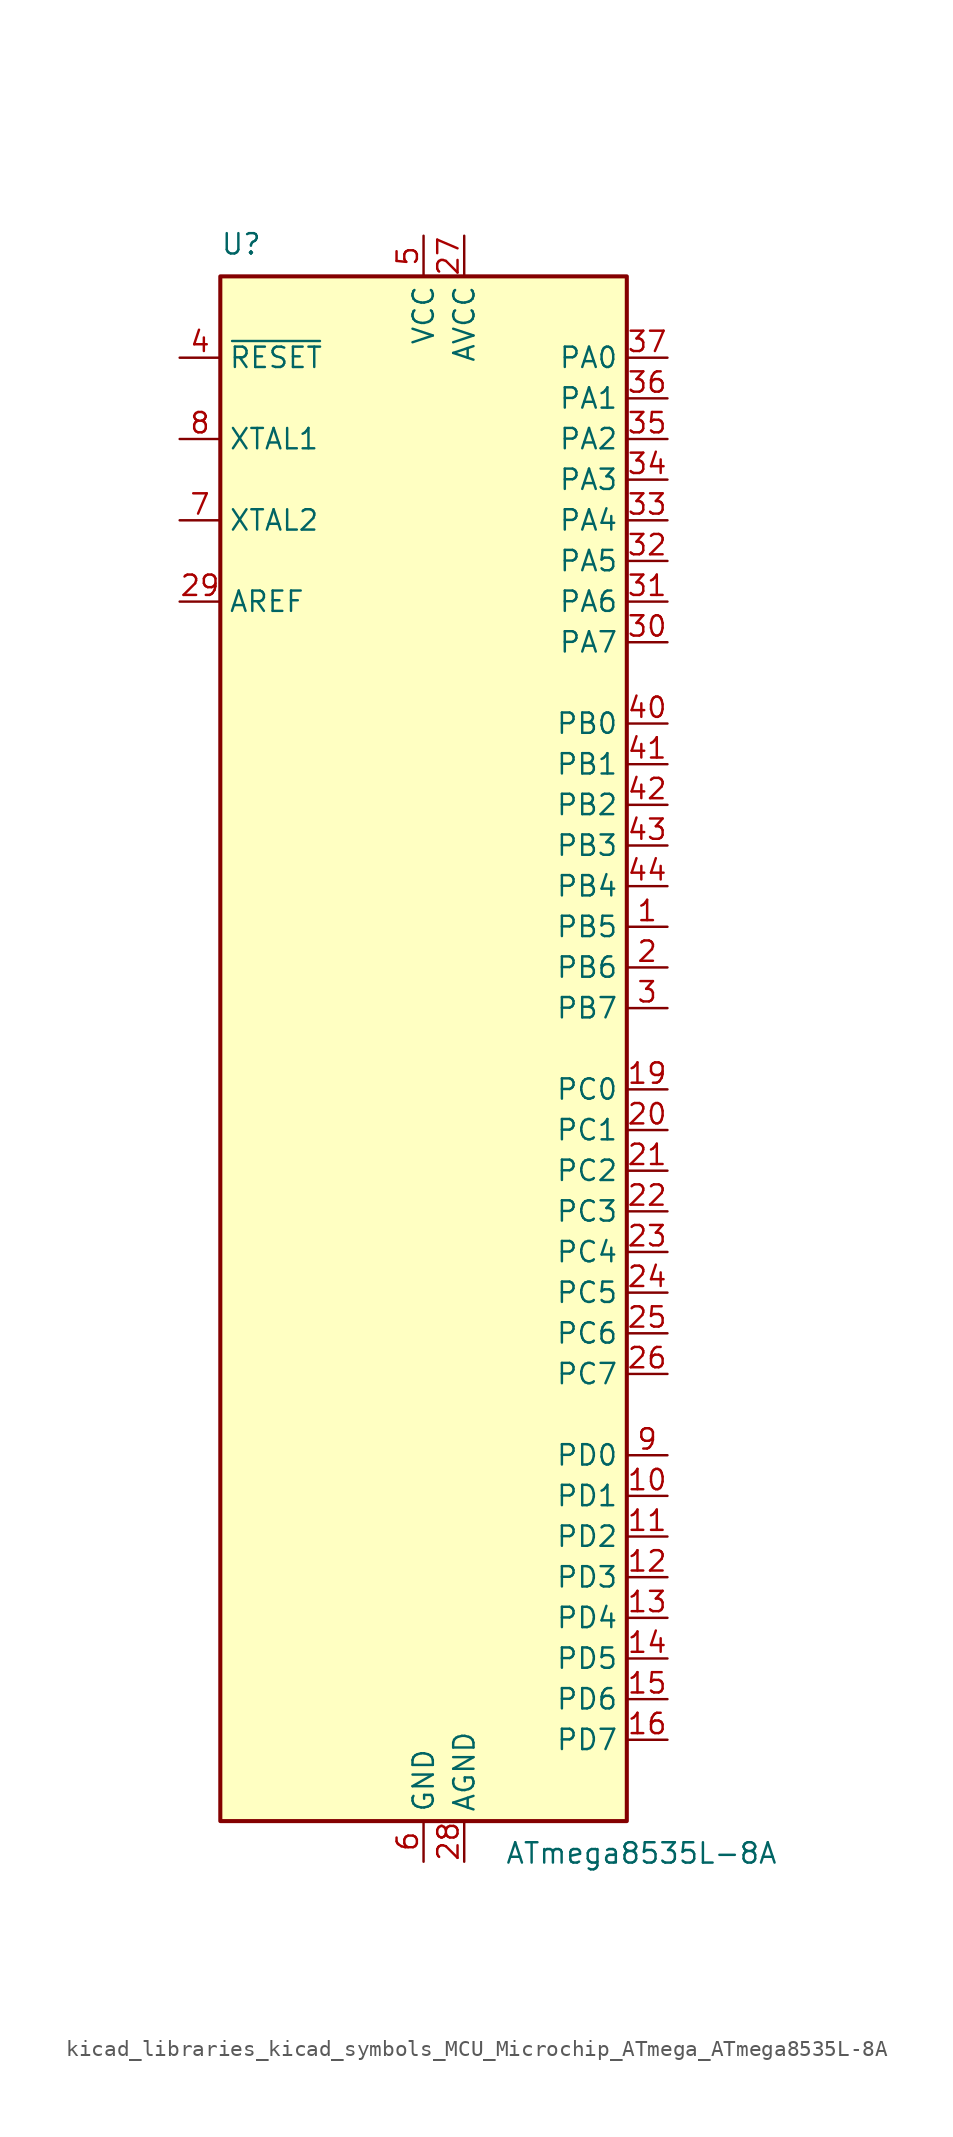
<source format=kicad_sym>
(kicad_symbol_lib
  (version 20220914)
  (generator kicad_symbol_editor)
  (symbol "kicad_libraries_kicad_symbols_MCU_Microchip_ATmega_ATmega8535L-8A"
    (property "Reference" "U"
      (at -12.7 49.53 0)
      (effects (font (size 1.27 1.27)) (justify left bottom)))
    (property "Value" "ATmega8535L-8A"
      (at 5.08 -49.53 0)
      (effects (font (size 1.27 1.27)) (justify left top)))
    (symbol "kicad_libraries_kicad_symbols_MCU_Microchip_ATmega_ATmega8535L-8A_0_1"
      (rectangle (start -12.7 -48.26) (end 12.7 48.26) (stroke (width 0.254) (type default)) (fill (type background))))
    (symbol "kicad_libraries_kicad_symbols_MCU_Microchip_ATmega_ATmega8535L-8A_1_1"
      (pin bidirectional line (at 15.24 7.62 180) (length 2.54) (name "PB5" (effects (font (size 1.27 1.27)))) (number "1" (effects (font (size 1.27 1.27)))))
      (pin bidirectional line (at 15.24 -27.94 180) (length 2.54) (name "PD1" (effects (font (size 1.27 1.27)))) (number "10" (effects (font (size 1.27 1.27)))))
      (pin bidirectional line (at 15.24 -30.48 180) (length 2.54) (name "PD2" (effects (font (size 1.27 1.27)))) (number "11" (effects (font (size 1.27 1.27)))))
      (pin bidirectional line (at 15.24 -33.02 180) (length 2.54) (name "PD3" (effects (font (size 1.27 1.27)))) (number "12" (effects (font (size 1.27 1.27)))))
      (pin bidirectional line (at 15.24 -35.56 180) (length 2.54) (name "PD4" (effects (font (size 1.27 1.27)))) (number "13" (effects (font (size 1.27 1.27)))))
      (pin bidirectional line (at 15.24 -38.1 180) (length 2.54) (name "PD5" (effects (font (size 1.27 1.27)))) (number "14" (effects (font (size 1.27 1.27)))))
      (pin bidirectional line (at 15.24 -40.64 180) (length 2.54) (name "PD6" (effects (font (size 1.27 1.27)))) (number "15" (effects (font (size 1.27 1.27)))))
      (pin bidirectional line (at 15.24 -43.18 180) (length 2.54) (name "PD7" (effects (font (size 1.27 1.27)))) (number "16" (effects (font (size 1.27 1.27)))))
      (pin passive line (at 0 50.8 270) (length 2.54) hide (name "VCC" (effects (font (size 1.27 1.27)))) (number "17" (effects (font (size 1.27 1.27)))))
      (pin passive line (at 0 -50.8 90) (length 2.54) hide (name "GND" (effects (font (size 1.27 1.27)))) (number "18" (effects (font (size 1.27 1.27)))))
      (pin bidirectional line (at 15.24 -2.54 180) (length 2.54) (name "PC0" (effects (font (size 1.27 1.27)))) (number "19" (effects (font (size 1.27 1.27)))))
      (pin bidirectional line (at 15.24 5.08 180) (length 2.54) (name "PB6" (effects (font (size 1.27 1.27)))) (number "2" (effects (font (size 1.27 1.27)))))
      (pin bidirectional line (at 15.24 -5.08 180) (length 2.54) (name "PC1" (effects (font (size 1.27 1.27)))) (number "20" (effects (font (size 1.27 1.27)))))
      (pin bidirectional line (at 15.24 -7.62 180) (length 2.54) (name "PC2" (effects (font (size 1.27 1.27)))) (number "21" (effects (font (size 1.27 1.27)))))
      (pin bidirectional line (at 15.24 -10.16 180) (length 2.54) (name "PC3" (effects (font (size 1.27 1.27)))) (number "22" (effects (font (size 1.27 1.27)))))
      (pin bidirectional line (at 15.24 -12.7 180) (length 2.54) (name "PC4" (effects (font (size 1.27 1.27)))) (number "23" (effects (font (size 1.27 1.27)))))
      (pin bidirectional line (at 15.24 -15.24 180) (length 2.54) (name "PC5" (effects (font (size 1.27 1.27)))) (number "24" (effects (font (size 1.27 1.27)))))
      (pin bidirectional line (at 15.24 -17.78 180) (length 2.54) (name "PC6" (effects (font (size 1.27 1.27)))) (number "25" (effects (font (size 1.27 1.27)))))
      (pin bidirectional line (at 15.24 -20.32 180) (length 2.54) (name "PC7" (effects (font (size 1.27 1.27)))) (number "26" (effects (font (size 1.27 1.27)))))
      (pin power_in line (at 2.54 50.8 270) (length 2.54) (name "AVCC" (effects (font (size 1.27 1.27)))) (number "27" (effects (font (size 1.27 1.27)))))
      (pin power_in line (at 2.54 -50.8 90) (length 2.54) (name "AGND" (effects (font (size 1.27 1.27)))) (number "28" (effects (font (size 1.27 1.27)))))
      (pin passive line (at -15.24 27.94 0) (length 2.54) (name "AREF" (effects (font (size 1.27 1.27)))) (number "29" (effects (font (size 1.27 1.27)))))
      (pin bidirectional line (at 15.24 2.54 180) (length 2.54) (name "PB7" (effects (font (size 1.27 1.27)))) (number "3" (effects (font (size 1.27 1.27)))))
      (pin bidirectional line (at 15.24 25.4 180) (length 2.54) (name "PA7" (effects (font (size 1.27 1.27)))) (number "30" (effects (font (size 1.27 1.27)))))
      (pin bidirectional line (at 15.24 27.94 180) (length 2.54) (name "PA6" (effects (font (size 1.27 1.27)))) (number "31" (effects (font (size 1.27 1.27)))))
      (pin bidirectional line (at 15.24 30.48 180) (length 2.54) (name "PA5" (effects (font (size 1.27 1.27)))) (number "32" (effects (font (size 1.27 1.27)))))
      (pin bidirectional line (at 15.24 33.02 180) (length 2.54) (name "PA4" (effects (font (size 1.27 1.27)))) (number "33" (effects (font (size 1.27 1.27)))))
      (pin bidirectional line (at 15.24 35.56 180) (length 2.54) (name "PA3" (effects (font (size 1.27 1.27)))) (number "34" (effects (font (size 1.27 1.27)))))
      (pin bidirectional line (at 15.24 38.1 180) (length 2.54) (name "PA2" (effects (font (size 1.27 1.27)))) (number "35" (effects (font (size 1.27 1.27)))))
      (pin bidirectional line (at 15.24 40.64 180) (length 2.54) (name "PA1" (effects (font (size 1.27 1.27)))) (number "36" (effects (font (size 1.27 1.27)))))
      (pin bidirectional line (at 15.24 43.18 180) (length 2.54) (name "PA0" (effects (font (size 1.27 1.27)))) (number "37" (effects (font (size 1.27 1.27)))))
      (pin passive line (at 0 50.8 270) (length 2.54) hide (name "VCC" (effects (font (size 1.27 1.27)))) (number "38" (effects (font (size 1.27 1.27)))))
      (pin passive line (at 0 -50.8 90) (length 2.54) hide (name "GND" (effects (font (size 1.27 1.27)))) (number "39" (effects (font (size 1.27 1.27)))))
      (pin input line (at -15.24 43.18 0) (length 2.54) (name "~{RESET}" (effects (font (size 1.27 1.27)))) (number "4" (effects (font (size 1.27 1.27)))))
      (pin bidirectional line (at 15.24 20.32 180) (length 2.54) (name "PB0" (effects (font (size 1.27 1.27)))) (number "40" (effects (font (size 1.27 1.27)))))
      (pin bidirectional line (at 15.24 17.78 180) (length 2.54) (name "PB1" (effects (font (size 1.27 1.27)))) (number "41" (effects (font (size 1.27 1.27)))))
      (pin bidirectional line (at 15.24 15.24 180) (length 2.54) (name "PB2" (effects (font (size 1.27 1.27)))) (number "42" (effects (font (size 1.27 1.27)))))
      (pin bidirectional line (at 15.24 12.7 180) (length 2.54) (name "PB3" (effects (font (size 1.27 1.27)))) (number "43" (effects (font (size 1.27 1.27)))))
      (pin bidirectional line (at 15.24 10.16 180) (length 2.54) (name "PB4" (effects (font (size 1.27 1.27)))) (number "44" (effects (font (size 1.27 1.27)))))
      (pin power_in line (at 0 50.8 270) (length 2.54) (name "VCC" (effects (font (size 1.27 1.27)))) (number "5" (effects (font (size 1.27 1.27)))))
      (pin power_in line (at 0 -50.8 90) (length 2.54) (name "GND" (effects (font (size 1.27 1.27)))) (number "6" (effects (font (size 1.27 1.27)))))
      (pin output line (at -15.24 33.02 0) (length 2.54) (name "XTAL2" (effects (font (size 1.27 1.27)))) (number "7" (effects (font (size 1.27 1.27)))))
      (pin input line (at -15.24 38.1 0) (length 2.54) (name "XTAL1" (effects (font (size 1.27 1.27)))) (number "8" (effects (font (size 1.27 1.27)))))
      (pin bidirectional line (at 15.24 -25.4 180) (length 2.54) (name "PD0" (effects (font (size 1.27 1.27)))) (number "9" (effects (font (size 1.27 1.27))))))))
</source>
